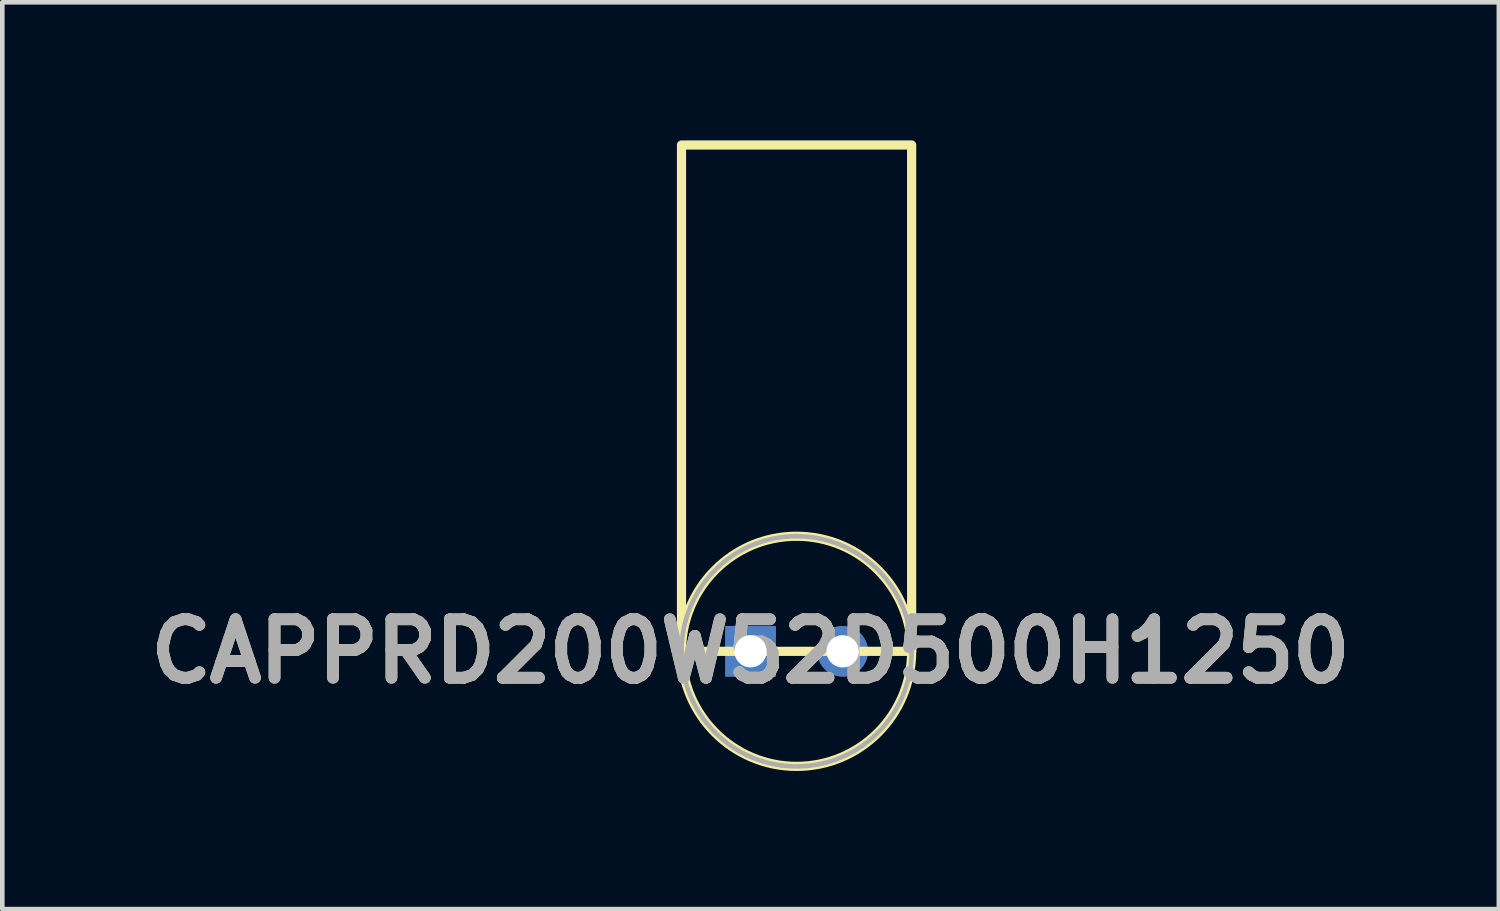
<source format=kicad_pcb>
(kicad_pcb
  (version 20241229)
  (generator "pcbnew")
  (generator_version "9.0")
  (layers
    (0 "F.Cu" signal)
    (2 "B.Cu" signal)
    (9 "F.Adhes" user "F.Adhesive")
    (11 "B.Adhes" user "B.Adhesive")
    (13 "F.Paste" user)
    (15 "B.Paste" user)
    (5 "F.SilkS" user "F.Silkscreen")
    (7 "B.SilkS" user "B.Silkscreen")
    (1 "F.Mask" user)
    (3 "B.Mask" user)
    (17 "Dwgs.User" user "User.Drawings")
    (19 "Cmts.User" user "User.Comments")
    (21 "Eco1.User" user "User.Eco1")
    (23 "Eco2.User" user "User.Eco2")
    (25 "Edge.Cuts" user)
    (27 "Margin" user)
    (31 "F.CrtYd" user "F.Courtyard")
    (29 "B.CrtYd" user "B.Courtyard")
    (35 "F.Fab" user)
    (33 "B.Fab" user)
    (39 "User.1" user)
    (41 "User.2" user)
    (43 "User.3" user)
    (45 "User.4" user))
  (footprint "CAPPRD200W52D500H1250"
    (layer "F.Cu")
    (at 13.256 11.1)
    (property "Reference" "CAPPRD200W52D500H1250" (at 0 0 0) (layer "F.SilkS") (effects (font (size 1.27 1.27) (thickness 0.254))))
    (attr through_hole)
    (fp_rect (start -1.5 -11) (end 3.5 0) (stroke (width 0.2) (type default)) (fill no) (layer "F.SilkS"))
    (fp_circle (center 1 0) (end 1 2.5) (stroke (width 0.2) (type solid)) (fill no) (layer "F.SilkS"))
    (fp_circle (center 1 0) (end 1 2.5) (stroke (width 0.1) (type solid)) (fill no) (layer "F.Fab"))
    (fp_text user "${REFERENCE}" (at 0 0 0) (layer "F.Fab") (effects (font (size 1.27 1.27) (thickness 0.254))))
    (pad "1" thru_hole rect (at 0 0) (size 1.1 1.1) (drill 0.7) (layers "*.Cu" "*.Mask"))
    (pad "2" thru_hole circle (at 2 0) (size 1.1 1.1) (drill 0.7) (layers "*.Cu" "*.Mask")))
  (gr_rect
    (start -3 -3)
    (end 29.513 16.7)
    (stroke (width 0.1) (type default))
    (fill no)
    (layer "Edge.Cuts")))
</source>
